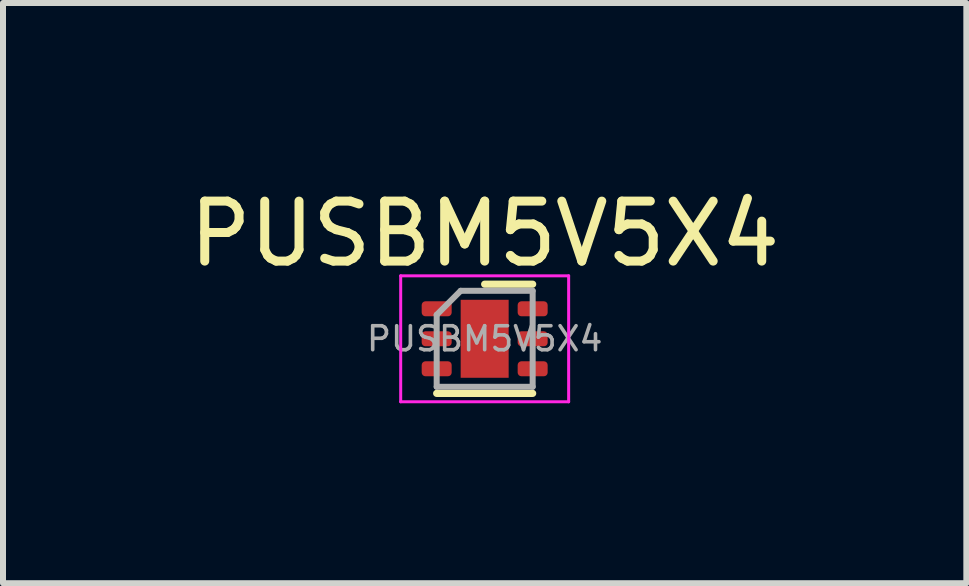
<source format=kicad_pcb>
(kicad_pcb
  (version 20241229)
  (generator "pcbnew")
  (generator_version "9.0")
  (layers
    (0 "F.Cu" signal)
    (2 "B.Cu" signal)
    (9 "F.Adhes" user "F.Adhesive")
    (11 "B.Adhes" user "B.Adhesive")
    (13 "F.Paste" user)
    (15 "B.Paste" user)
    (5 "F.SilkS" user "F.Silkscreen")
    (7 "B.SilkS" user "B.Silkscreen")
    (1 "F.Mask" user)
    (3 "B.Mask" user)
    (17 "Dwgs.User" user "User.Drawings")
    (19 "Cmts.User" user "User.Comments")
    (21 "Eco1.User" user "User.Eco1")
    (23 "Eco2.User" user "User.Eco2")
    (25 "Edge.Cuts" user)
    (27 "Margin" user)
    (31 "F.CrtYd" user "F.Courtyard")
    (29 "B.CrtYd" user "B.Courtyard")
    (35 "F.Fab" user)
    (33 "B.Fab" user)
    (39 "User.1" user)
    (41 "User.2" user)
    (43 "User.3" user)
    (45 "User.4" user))
  (footprint "PUSBM5V5X4"
    (layer "F.Cu")
    (at 5.03 2.598)
    (property "Reference" "PUSBM5V5X4" (at 0 -1.75 0) (layer "F.SilkS") (effects (font (size 1 1) (thickness 0.15))))
    (attr smd)
    (fp_line (start -0.8 0.91) (end 0.8 0.91) (stroke (width 0.12) (type solid)) (layer "F.SilkS"))
    (fp_line (start 0 -0.91) (end 0.8 -0.91) (stroke (width 0.12) (type solid)) (layer "F.SilkS"))
    (fp_line (start -1.4 -1.05) (end -1.4 1.05) (stroke (width 0.05) (type solid)) (layer "F.CrtYd"))
    (fp_line (start -1.4 1.05) (end 1.4 1.05) (stroke (width 0.05) (type solid)) (layer "F.CrtYd"))
    (fp_line (start 1.4 -1.05) (end -1.4 -1.05) (stroke (width 0.05) (type solid)) (layer "F.CrtYd"))
    (fp_line (start 1.4 1.05) (end 1.4 -1.05) (stroke (width 0.05) (type solid)) (layer "F.CrtYd"))
    (fp_line (start -0.8 -0.4) (end -0.4 -0.8) (stroke (width 0.1) (type solid)) (layer "F.Fab"))
    (fp_line (start -0.8 0.8) (end -0.8 -0.4) (stroke (width 0.1) (type solid)) (layer "F.Fab"))
    (fp_line (start -0.4 -0.8) (end 0.8 -0.8) (stroke (width 0.1) (type solid)) (layer "F.Fab"))
    (fp_line (start 0.8 -0.8) (end 0.8 0.8) (stroke (width 0.1) (type solid)) (layer "F.Fab"))
    (fp_line (start 0.8 0.8) (end -0.8 0.8) (stroke (width 0.1) (type solid)) (layer "F.Fab"))
    (fp_text user "${REFERENCE}" (at 0 0 0) (layer "F.Fab") (effects (font (size 0.4 0.4) (thickness 0.06))))
    (pad "" smd roundrect (at 0 -0.315) (size 0.4 0.51) (layers "F.Paste") (roundrect_rratio 0.25))
    (pad "" smd roundrect (at 0 0.315) (size 0.4 0.51) (layers "F.Paste") (roundrect_rratio 0.25))
    (pad "1" smd roundrect (at -0.8 -0.5) (size 0.5 0.25) (layers "F.Cu" "F.Mask" "F.Paste") (roundrect_rratio 0.25))
    (pad "2" smd roundrect (at -0.8 0) (size 0.5 0.25) (layers "F.Cu" "F.Mask" "F.Paste") (roundrect_rratio 0.25))
    (pad "3" smd roundrect (at -0.8 0.5) (size 0.5 0.25) (layers "F.Cu" "F.Mask" "F.Paste") (roundrect_rratio 0.25))
    (pad "4" smd roundrect (at 0.8 0.5) (size 0.5 0.25) (layers "F.Cu" "F.Mask" "F.Paste") (roundrect_rratio 0.25))
    (pad "5" smd roundrect (at 0.8 0) (size 0.5 0.25) (layers "F.Cu" "F.Mask" "F.Paste") (roundrect_rratio 0.25))
    (pad "6" smd roundrect (at 0.8 -0.5) (size 0.5 0.25) (layers "F.Cu" "F.Mask" "F.Paste") (roundrect_rratio 0.25))
    (pad "7" smd rect (at 0 0) (size 0.8 1.3) (layers "F.Cu" "F.Mask")))
  (gr_rect
    (start -3 -3)
    (end 13.06 6.673)
    (stroke (width 0.1) (type default))
    (fill no)
    (layer "Edge.Cuts")))
</source>
